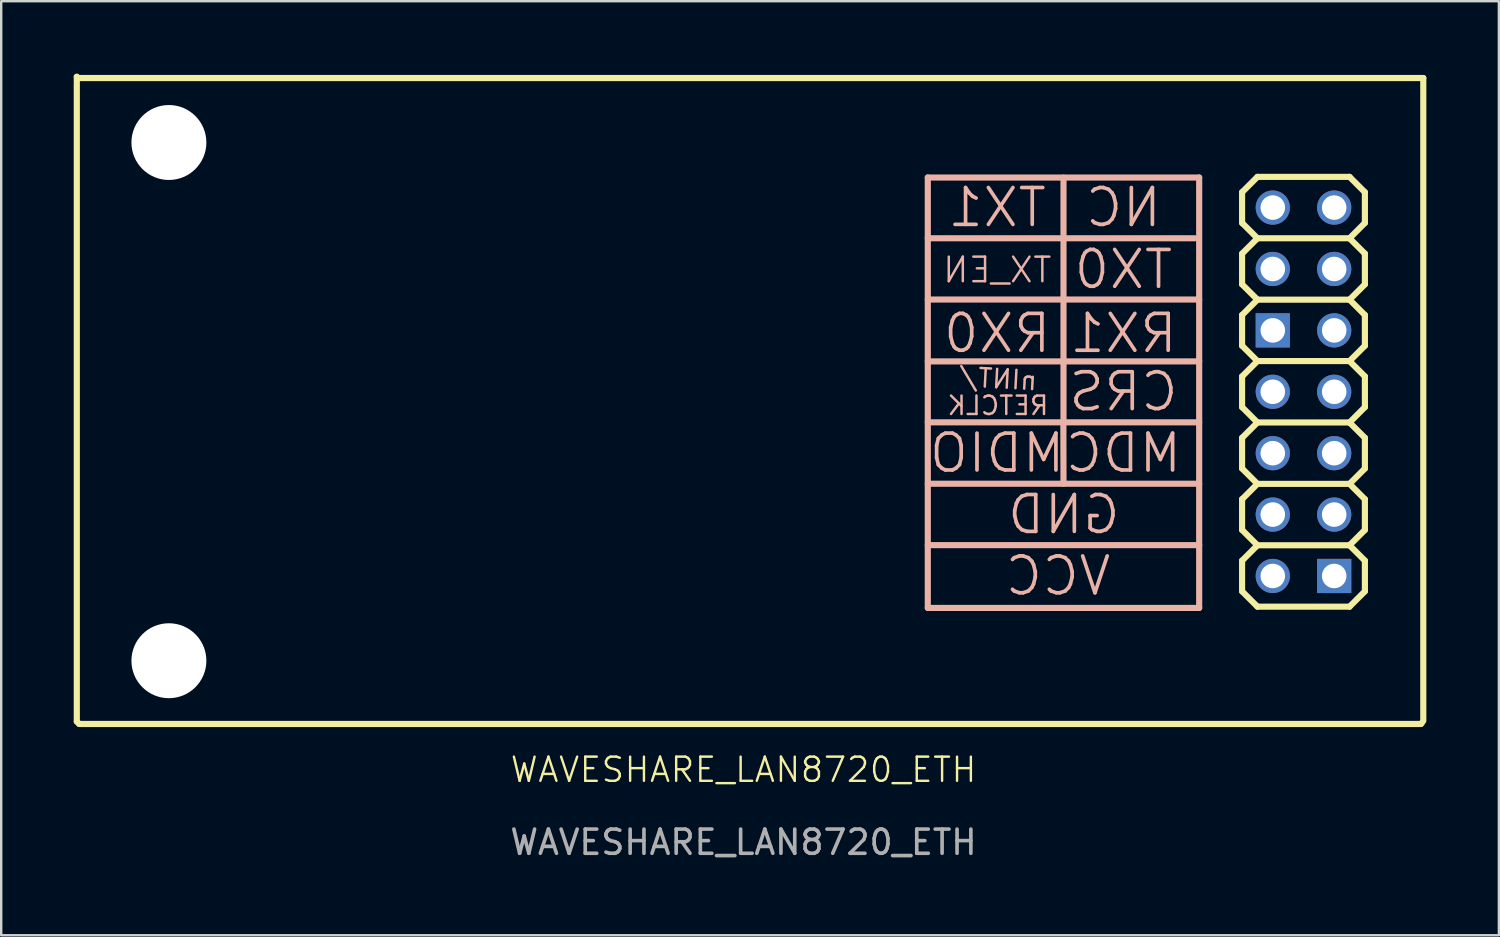
<source format=kicad_pcb>
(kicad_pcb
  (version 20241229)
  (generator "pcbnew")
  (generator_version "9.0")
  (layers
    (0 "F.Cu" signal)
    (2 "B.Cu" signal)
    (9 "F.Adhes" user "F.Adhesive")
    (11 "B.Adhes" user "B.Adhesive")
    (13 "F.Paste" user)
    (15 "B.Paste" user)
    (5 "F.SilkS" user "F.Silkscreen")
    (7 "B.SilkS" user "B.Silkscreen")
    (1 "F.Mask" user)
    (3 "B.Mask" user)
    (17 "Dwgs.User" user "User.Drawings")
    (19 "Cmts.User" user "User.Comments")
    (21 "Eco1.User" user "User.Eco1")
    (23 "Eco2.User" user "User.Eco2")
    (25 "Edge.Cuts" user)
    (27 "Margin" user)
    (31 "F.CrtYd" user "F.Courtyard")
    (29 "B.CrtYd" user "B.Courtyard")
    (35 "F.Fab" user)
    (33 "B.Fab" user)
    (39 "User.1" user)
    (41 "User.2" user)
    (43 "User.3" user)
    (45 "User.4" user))
  (footprint "WAVESHARE_LAN8720_ETH"
    (layer "F.Cu")
    (at 27.978 13.473)
    (property "Reference" "WAVESHARE_LAN8720_ETH" (at -0.27 15.32 0) (unlocked yes) (layer "F.SilkS") (effects (font (size 1 1) (thickness 0.1))))
    (attr through_hole)
    (fp_line (start -27.851 -13.346) (end -27.8 -13.295) (stroke (width 0.254) (type solid)) (layer "F.SilkS"))
    (fp_line (start -27.851 13.324) (end -27.851 -13.346) (stroke (width 0.254) (type solid)) (layer "F.SilkS"))
    (fp_line (start -27.851 13.324) (end -27.75 13.426) (stroke (width 0.254) (type solid)) (layer "F.SilkS"))
    (fp_line (start -27.8 -13.295) (end 27.851 -13.295) (stroke (width 0.254) (type solid)) (layer "F.SilkS"))
    (fp_line (start -27.75 13.426) (end 27.75 13.426) (stroke (width 0.254) (type solid)) (layer "F.SilkS"))
    (fp_line (start 20.355 -8.571) (end 20.99 -9.206) (stroke (width 0.254) (type solid)) (layer "F.SilkS"))
    (fp_line (start 20.355 -7.301) (end 20.355 -8.571) (stroke (width 0.254) (type solid)) (layer "F.SilkS"))
    (fp_line (start 20.355 -7.301) (end 20.99 -6.666) (stroke (width 0.254) (type solid)) (layer "F.SilkS"))
    (fp_line (start 20.355 -6.031) (end 20.99 -6.666) (stroke (width 0.254) (type solid)) (layer "F.SilkS"))
    (fp_line (start 20.355 -4.761) (end 20.355 -6.031) (stroke (width 0.254) (type solid)) (layer "F.SilkS"))
    (fp_line (start 20.355 -4.761) (end 20.99 -4.126) (stroke (width 0.254) (type solid)) (layer "F.SilkS"))
    (fp_line (start 20.355 -3.491) (end 20.99 -4.126) (stroke (width 0.254) (type solid)) (layer "F.SilkS"))
    (fp_line (start 20.355 -2.221) (end 20.355 -3.491) (stroke (width 0.254) (type solid)) (layer "F.SilkS"))
    (fp_line (start 20.355 -2.221) (end 20.99 -1.586) (stroke (width 0.254) (type solid)) (layer "F.SilkS"))
    (fp_line (start 20.355 -0.951) (end 20.99 -1.586) (stroke (width 0.254) (type solid)) (layer "F.SilkS"))
    (fp_line (start 20.355 0.319) (end 20.355 -0.951) (stroke (width 0.254) (type solid)) (layer "F.SilkS"))
    (fp_line (start 20.355 0.319) (end 20.99 0.954) (stroke (width 0.254) (type solid)) (layer "F.SilkS"))
    (fp_line (start 20.355 1.589) (end 20.99 0.954) (stroke (width 0.254) (type solid)) (layer "F.SilkS"))
    (fp_line (start 20.355 2.859) (end 20.355 1.589) (stroke (width 0.254) (type solid)) (layer "F.SilkS"))
    (fp_line (start 20.355 2.859) (end 20.99 3.494) (stroke (width 0.254) (type solid)) (layer "F.SilkS"))
    (fp_line (start 20.355 4.129) (end 20.99 3.494) (stroke (width 0.254) (type solid)) (layer "F.SilkS"))
    (fp_line (start 20.355 5.399) (end 20.355 4.129) (stroke (width 0.254) (type solid)) (layer "F.SilkS"))
    (fp_line (start 20.355 5.399) (end 20.99 6.034) (stroke (width 0.254) (type solid)) (layer "F.SilkS"))
    (fp_line (start 20.355 6.669) (end 20.99 6.034) (stroke (width 0.254) (type solid)) (layer "F.SilkS"))
    (fp_line (start 20.355 7.939) (end 20.355 6.669) (stroke (width 0.254) (type solid)) (layer "F.SilkS"))
    (fp_line (start 20.355 7.939) (end 20.99 8.574) (stroke (width 0.254) (type solid)) (layer "F.SilkS"))
    (fp_line (start 20.99 -9.206) (end 24.8 -9.206) (stroke (width 0.254) (type solid)) (layer "F.SilkS"))
    (fp_line (start 20.99 -6.666) (end 24.8 -6.666) (stroke (width 0.254) (type solid)) (layer "F.SilkS"))
    (fp_line (start 20.99 -4.126) (end 24.8 -4.126) (stroke (width 0.254) (type solid)) (layer "F.SilkS"))
    (fp_line (start 20.99 -1.586) (end 24.8 -1.586) (stroke (width 0.254) (type solid)) (layer "F.SilkS"))
    (fp_line (start 20.99 0.954) (end 24.8 0.954) (stroke (width 0.254) (type solid)) (layer "F.SilkS"))
    (fp_line (start 20.99 3.494) (end 24.8 3.494) (stroke (width 0.254) (type solid)) (layer "F.SilkS"))
    (fp_line (start 20.99 6.034) (end 24.8 6.034) (stroke (width 0.254) (type solid)) (layer "F.SilkS"))
    (fp_line (start 20.99 8.574) (end 24.8 8.574) (stroke (width 0.254) (type solid)) (layer "F.SilkS"))
    (fp_line (start 24.8 -9.206) (end 25.435 -8.571) (stroke (width 0.254) (type solid)) (layer "F.SilkS"))
    (fp_line (start 24.8 -6.666) (end 25.435 -7.301) (stroke (width 0.254) (type solid)) (layer "F.SilkS"))
    (fp_line (start 24.8 -6.666) (end 25.435 -6.031) (stroke (width 0.254) (type solid)) (layer "F.SilkS"))
    (fp_line (start 24.8 -4.126) (end 25.435 -4.761) (stroke (width 0.254) (type solid)) (layer "F.SilkS"))
    (fp_line (start 24.8 -4.126) (end 25.435 -3.491) (stroke (width 0.254) (type solid)) (layer "F.SilkS"))
    (fp_line (start 24.8 -1.586) (end 25.435 -2.221) (stroke (width 0.254) (type solid)) (layer "F.SilkS"))
    (fp_line (start 24.8 -1.586) (end 25.435 -0.951) (stroke (width 0.254) (type solid)) (layer "F.SilkS"))
    (fp_line (start 24.8 0.954) (end 25.435 0.319) (stroke (width 0.254) (type solid)) (layer "F.SilkS"))
    (fp_line (start 24.8 0.954) (end 25.435 1.589) (stroke (width 0.254) (type solid)) (layer "F.SilkS"))
    (fp_line (start 24.8 3.494) (end 25.435 2.859) (stroke (width 0.254) (type solid)) (layer "F.SilkS"))
    (fp_line (start 24.8 3.494) (end 25.435 4.129) (stroke (width 0.254) (type solid)) (layer "F.SilkS"))
    (fp_line (start 24.8 6.034) (end 25.435 5.399) (stroke (width 0.254) (type solid)) (layer "F.SilkS"))
    (fp_line (start 24.8 6.034) (end 25.435 6.669) (stroke (width 0.254) (type solid)) (layer "F.SilkS"))
    (fp_line (start 24.8 8.574) (end 25.435 7.939) (stroke (width 0.254) (type solid)) (layer "F.SilkS"))
    (fp_line (start 25.435 -7.301) (end 25.435 -8.571) (stroke (width 0.254) (type solid)) (layer "F.SilkS"))
    (fp_line (start 25.435 -4.761) (end 25.435 -6.031) (stroke (width 0.254) (type solid)) (layer "F.SilkS"))
    (fp_line (start 25.435 -2.221) (end 25.435 -3.491) (stroke (width 0.254) (type solid)) (layer "F.SilkS"))
    (fp_line (start 25.435 0.319) (end 25.435 -0.951) (stroke (width 0.254) (type solid)) (layer "F.SilkS"))
    (fp_line (start 25.435 2.859) (end 25.435 1.589) (stroke (width 0.254) (type solid)) (layer "F.SilkS"))
    (fp_line (start 25.435 5.399) (end 25.435 4.129) (stroke (width 0.254) (type solid)) (layer "F.SilkS"))
    (fp_line (start 25.435 7.939) (end 25.435 6.669) (stroke (width 0.254) (type solid)) (layer "F.SilkS"))
    (fp_line (start 27.75 13.426) (end 27.8 13.375) (stroke (width 0.254) (type solid)) (layer "F.SilkS"))
    (fp_line (start 27.851 13.299) (end 27.851 -13.295) (stroke (width 0.254) (type solid)) (layer "F.SilkS"))
    (fp_line (start 7.353 -9.18) (end 18.58 -9.18) (stroke (width 0.254) (type solid)) (layer "B.SilkS"))
    (fp_line (start 7.353 -6.666) (end 18.402 -6.666) (stroke (width 0.254) (type solid)) (layer "B.SilkS"))
    (fp_line (start 7.353 -4.132) (end 18.58 -4.132) (stroke (width 0.254) (type solid)) (layer "B.SilkS"))
    (fp_line (start 7.353 -1.573) (end 18.58 -1.573) (stroke (width 0.254) (type solid)) (layer "B.SilkS"))
    (fp_line (start 7.353 0.948) (end 18.58 0.948) (stroke (width 0.254) (type solid)) (layer "B.SilkS"))
    (fp_line (start 7.353 3.488) (end 18.58 3.488) (stroke (width 0.254) (type solid)) (layer "B.SilkS"))
    (fp_line (start 7.353 6.028) (end 18.58 6.028) (stroke (width 0.254) (type solid)) (layer "B.SilkS"))
    (fp_line (start 7.353 8.625) (end 7.353 -9.18) (stroke (width 0.254) (type solid)) (layer "B.SilkS"))
    (fp_line (start 7.353 8.625) (end 18.58 8.625) (stroke (width 0.254) (type solid)) (layer "B.SilkS"))
    (fp_line (start 12.962 0.948) (end 12.967 3.488) (stroke (width 0.254) (type solid)) (layer "B.SilkS"))
    (fp_line (start 12.967 0.954) (end 12.967 -9.174) (stroke (width 0.254) (type solid)) (layer "B.SilkS"))
    (fp_line (start 18.58 8.625) (end 18.58 -9.18) (stroke (width 0.254) (type solid)) (layer "B.SilkS"))
    (fp_text user "VCC" (at 15.021 8.193 0) (unlocked yes) (layer "B.SilkS") (effects (font (size 1.524 1.524) (thickness 0.152)) (justify left bottom mirror)))
    (fp_text user "TX0" (at 17.579 -4.487 0) (unlocked yes) (layer "B.SilkS") (effects (font (size 1.524 1.524) (thickness 0.152)) (justify left bottom mirror)))
    (fp_text user "GND" (at 15.402 5.653 0) (unlocked yes) (layer "B.SilkS") (effects (font (size 1.524 1.524) (thickness 0.152)) (justify left bottom mirror)))
    (fp_text user "TX1" (at 12.354 -7.047 0) (unlocked yes) (layer "B.SilkS") (effects (font (size 1.524 1.524) (thickness 0.152)) (justify left bottom mirror)))
    (fp_text user "MDIO" (at 13.116 3.113 0) (unlocked yes) (layer "B.SilkS") (effects (font (size 1.524 1.524) (thickness 0.152)) (justify left bottom mirror)))
    (fp_text user "RETCLK" (at 12.408 0.701 0) (unlocked yes) (layer "B.SilkS") (effects (font (size 0.762 0.762) (thickness 0.102)) (justify left bottom mirror)))
    (fp_text user "NC" (at 17.107 -7.047 0) (unlocked yes) (layer "B.SilkS") (effects (font (size 1.524 1.524) (thickness 0.152)) (justify left bottom mirror)))
    (fp_text user "CRS" (at 17.797 0.573 0) (unlocked yes) (layer "B.SilkS") (effects (font (size 1.524 1.524) (thickness 0.152)) (justify left bottom mirror)))
    (fp_text user "RX1" (at 17.76 -1.84 0) (unlocked yes) (layer "B.SilkS") (effects (font (size 1.524 1.524) (thickness 0.152)) (justify left bottom mirror)))
    (fp_text user "MDC" (at 17.942 3.113 0) (unlocked yes) (layer "B.SilkS") (effects (font (size 1.524 1.524) (thickness 0.152)) (justify left bottom mirror)))
    (fp_text user "RX0" (at 12.535 -1.84 0) (unlocked yes) (layer "B.SilkS") (effects (font (size 1.524 1.524) (thickness 0.152)) (justify left bottom mirror)))
    (fp_text user "TX_EN" (at 12.546 -4.761 0) (unlocked yes) (layer "B.SilkS") (effects (font (size 1.016 1.016) (thickness 0.102)) (justify left bottom mirror)))
    (fp_text user "nINT/" (at 11.911 -0.316 357) (unlocked yes) (layer "B.SilkS") (effects (font (size 0.762 0.762) (thickness 0.102)) (justify left bottom mirror)))
    (fp_text user "${REFERENCE}" (at -0.27 18.32 0) (unlocked yes) (layer "F.Fab") (effects (font (size 1 1) (thickness 0.15))))
    (pad "" np_thru_hole circle (at -24.041 -10.628) (size 3.1 3.1) (drill 3.1) (layers "*.Cu" "*.Mask"))
    (pad "" np_thru_hole circle (at -24.041 10.81) (size 3.1 3.1) (drill 3.1) (layers "*.Cu" "*.Mask"))
    (pad "1" thru_hole rect (at 24.165 7.304 90) (size 1.415 1.415) (drill 1.016) (layers "*.Cu" "*.Mask"))
    (pad "2" thru_hole circle (at 21.625 7.304 90) (size 1.415 1.415) (drill 1.016) (layers "*.Cu" "*.Mask"))
    (pad "3" thru_hole circle (at 24.165 4.764 90) (size 1.415 1.415) (drill 1.016) (layers "*.Cu" "*.Mask"))
    (pad "4" thru_hole circle (at 21.625 4.764 90) (size 1.415 1.415) (drill 1.016) (layers "*.Cu" "*.Mask"))
    (pad "5" thru_hole circle (at 24.165 2.224 90) (size 1.415 1.415) (drill 1.016) (layers "*.Cu" "*.Mask"))
    (pad "6" thru_hole circle (at 21.625 2.224 90) (size 1.415 1.415) (drill 1.016) (layers "*.Cu" "*.Mask"))
    (pad "7" thru_hole circle (at 24.165 -0.316 90) (size 1.415 1.415) (drill 1.016) (layers "*.Cu" "*.Mask"))
    (pad "8" thru_hole circle (at 21.625 -0.316 90) (size 1.415 1.415) (drill 1.016) (layers "*.Cu" "*.Mask"))
    (pad "9" thru_hole circle (at 24.165 -2.856 90) (size 1.415 1.415) (drill 1.016) (layers "*.Cu" "*.Mask"))
    (pad "10" thru_hole rect (at 21.625 -2.856 90) (size 1.415 1.415) (drill 1.016) (layers "*.Cu" "*.Mask"))
    (pad "11" thru_hole circle (at 24.165 -5.396 90) (size 1.415 1.415) (drill 1.016) (layers "*.Cu" "*.Mask"))
    (pad "12" thru_hole circle (at 21.625 -5.396 90) (size 1.415 1.415) (drill 1.016) (layers "*.Cu" "*.Mask"))
    (pad "13" thru_hole circle (at 24.165 -7.936 90) (size 1.415 1.415) (drill 1.016) (layers "*.Cu" "*.Mask"))
    (pad "14" thru_hole circle (at 21.625 -7.936 90) (size 1.415 1.415) (drill 1.016) (layers "*.Cu" "*.Mask")))
  (gr_rect
    (start -3 -3)
    (end 58.956 35.641)
    (stroke (width 0.1) (type default))
    (fill no)
    (layer "Edge.Cuts")))
</source>
